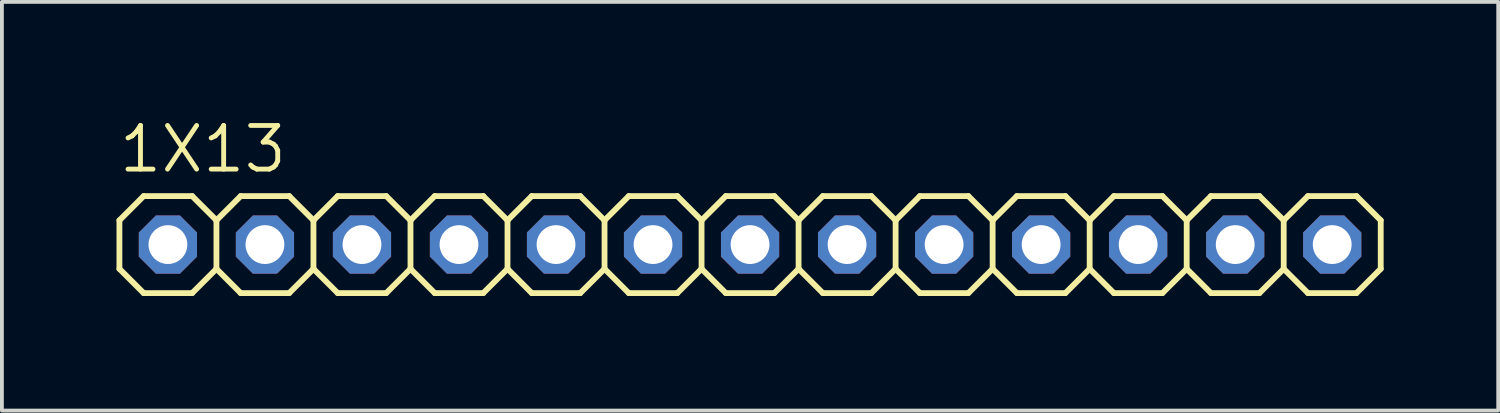
<source format=kicad_pcb>
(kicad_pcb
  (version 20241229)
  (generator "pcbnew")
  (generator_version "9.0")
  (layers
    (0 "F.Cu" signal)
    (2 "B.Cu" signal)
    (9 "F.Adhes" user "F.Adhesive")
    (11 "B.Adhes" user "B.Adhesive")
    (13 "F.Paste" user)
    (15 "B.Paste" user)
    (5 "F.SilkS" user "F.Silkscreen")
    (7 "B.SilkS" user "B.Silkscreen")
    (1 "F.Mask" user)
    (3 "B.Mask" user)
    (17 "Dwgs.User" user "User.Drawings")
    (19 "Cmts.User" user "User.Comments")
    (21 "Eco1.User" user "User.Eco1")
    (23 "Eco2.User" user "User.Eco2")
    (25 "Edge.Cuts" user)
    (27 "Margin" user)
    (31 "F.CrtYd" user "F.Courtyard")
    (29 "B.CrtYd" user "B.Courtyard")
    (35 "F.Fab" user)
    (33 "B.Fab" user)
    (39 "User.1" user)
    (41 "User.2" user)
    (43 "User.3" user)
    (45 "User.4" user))
  (footprint "1X13"
    (layer "F.Cu")
    (at 16.586 3.353)
    (property "Reference" "1X13" (at -16.586 -1.829 0) (layer "F.SilkS") (effects (font (size 1.143 1.143) (thickness 0.127)) (justify left bottom)))
    (fp_line (start -16.51 -0.635) (end -16.51 0.635) (stroke (width 0.152) (type solid)) (layer "F.SilkS"))
    (fp_line (start -16.51 0.635) (end -15.875 1.27) (stroke (width 0.152) (type solid)) (layer "F.SilkS"))
    (fp_line (start -15.875 -1.27) (end -16.51 -0.635) (stroke (width 0.152) (type solid)) (layer "F.SilkS"))
    (fp_line (start -15.875 -1.27) (end -14.605 -1.27) (stroke (width 0.152) (type solid)) (layer "F.SilkS"))
    (fp_line (start -14.605 -1.27) (end -13.97 -0.635) (stroke (width 0.152) (type solid)) (layer "F.SilkS"))
    (fp_line (start -14.605 1.27) (end -15.875 1.27) (stroke (width 0.152) (type solid)) (layer "F.SilkS"))
    (fp_line (start -13.97 -0.635) (end -13.97 0.635) (stroke (width 0.152) (type solid)) (layer "F.SilkS"))
    (fp_line (start -13.97 -0.635) (end -13.335 -1.27) (stroke (width 0.152) (type solid)) (layer "F.SilkS"))
    (fp_line (start -13.97 0.635) (end -14.605 1.27) (stroke (width 0.152) (type solid)) (layer "F.SilkS"))
    (fp_line (start -13.335 -1.27) (end -12.065 -1.27) (stroke (width 0.152) (type solid)) (layer "F.SilkS"))
    (fp_line (start -13.335 1.27) (end -13.97 0.635) (stroke (width 0.152) (type solid)) (layer "F.SilkS"))
    (fp_line (start -12.065 -1.27) (end -11.43 -0.635) (stroke (width 0.152) (type solid)) (layer "F.SilkS"))
    (fp_line (start -12.065 1.27) (end -13.335 1.27) (stroke (width 0.152) (type solid)) (layer "F.SilkS"))
    (fp_line (start -11.43 -0.635) (end -11.43 0.635) (stroke (width 0.152) (type solid)) (layer "F.SilkS"))
    (fp_line (start -11.43 -0.635) (end -10.795 -1.27) (stroke (width 0.152) (type solid)) (layer "F.SilkS"))
    (fp_line (start -11.43 0.635) (end -12.065 1.27) (stroke (width 0.152) (type solid)) (layer "F.SilkS"))
    (fp_line (start -10.795 -1.27) (end -9.525 -1.27) (stroke (width 0.152) (type solid)) (layer "F.SilkS"))
    (fp_line (start -10.795 1.27) (end -11.43 0.635) (stroke (width 0.152) (type solid)) (layer "F.SilkS"))
    (fp_line (start -9.525 -1.27) (end -8.89 -0.635) (stroke (width 0.152) (type solid)) (layer "F.SilkS"))
    (fp_line (start -9.525 1.27) (end -10.795 1.27) (stroke (width 0.152) (type solid)) (layer "F.SilkS"))
    (fp_line (start -8.89 -0.635) (end -8.89 0.635) (stroke (width 0.152) (type solid)) (layer "F.SilkS"))
    (fp_line (start -8.89 0.635) (end -9.525 1.27) (stroke (width 0.152) (type solid)) (layer "F.SilkS"))
    (fp_line (start -8.89 0.635) (end -8.255 1.27) (stroke (width 0.152) (type solid)) (layer "F.SilkS"))
    (fp_line (start -8.255 -1.27) (end -8.89 -0.635) (stroke (width 0.152) (type solid)) (layer "F.SilkS"))
    (fp_line (start -8.255 -1.27) (end -6.985 -1.27) (stroke (width 0.152) (type solid)) (layer "F.SilkS"))
    (fp_line (start -6.985 -1.27) (end -6.35 -0.635) (stroke (width 0.152) (type solid)) (layer "F.SilkS"))
    (fp_line (start -6.985 1.27) (end -8.255 1.27) (stroke (width 0.152) (type solid)) (layer "F.SilkS"))
    (fp_line (start -6.35 -0.635) (end -6.35 0.635) (stroke (width 0.152) (type solid)) (layer "F.SilkS"))
    (fp_line (start -6.35 -0.635) (end -5.715 -1.27) (stroke (width 0.152) (type solid)) (layer "F.SilkS"))
    (fp_line (start -6.35 0.635) (end -6.985 1.27) (stroke (width 0.152) (type solid)) (layer "F.SilkS"))
    (fp_line (start -5.715 -1.27) (end -4.445 -1.27) (stroke (width 0.152) (type solid)) (layer "F.SilkS"))
    (fp_line (start -5.715 1.27) (end -6.35 0.635) (stroke (width 0.152) (type solid)) (layer "F.SilkS"))
    (fp_line (start -4.445 -1.27) (end -3.81 -0.635) (stroke (width 0.152) (type solid)) (layer "F.SilkS"))
    (fp_line (start -4.445 1.27) (end -5.715 1.27) (stroke (width 0.152) (type solid)) (layer "F.SilkS"))
    (fp_line (start -3.81 -0.635) (end -3.81 0.635) (stroke (width 0.152) (type solid)) (layer "F.SilkS"))
    (fp_line (start -3.81 -0.635) (end -3.175 -1.27) (stroke (width 0.152) (type solid)) (layer "F.SilkS"))
    (fp_line (start -3.81 0.635) (end -4.445 1.27) (stroke (width 0.152) (type solid)) (layer "F.SilkS"))
    (fp_line (start -3.175 -1.27) (end -1.905 -1.27) (stroke (width 0.152) (type solid)) (layer "F.SilkS"))
    (fp_line (start -3.175 1.27) (end -3.81 0.635) (stroke (width 0.152) (type solid)) (layer "F.SilkS"))
    (fp_line (start -1.905 -1.27) (end -1.27 -0.635) (stroke (width 0.152) (type solid)) (layer "F.SilkS"))
    (fp_line (start -1.905 1.27) (end -3.175 1.27) (stroke (width 0.152) (type solid)) (layer "F.SilkS"))
    (fp_line (start -1.27 -0.635) (end -1.27 0.635) (stroke (width 0.152) (type solid)) (layer "F.SilkS"))
    (fp_line (start -1.27 0.635) (end -1.905 1.27) (stroke (width 0.152) (type solid)) (layer "F.SilkS"))
    (fp_line (start -1.27 0.635) (end -0.635 1.27) (stroke (width 0.152) (type solid)) (layer "F.SilkS"))
    (fp_line (start -0.635 -1.27) (end -1.27 -0.635) (stroke (width 0.152) (type solid)) (layer "F.SilkS"))
    (fp_line (start -0.635 -1.27) (end 0.635 -1.27) (stroke (width 0.152) (type solid)) (layer "F.SilkS"))
    (fp_line (start 0.635 -1.27) (end 1.27 -0.635) (stroke (width 0.152) (type solid)) (layer "F.SilkS"))
    (fp_line (start 0.635 1.27) (end -0.635 1.27) (stroke (width 0.152) (type solid)) (layer "F.SilkS"))
    (fp_line (start 1.27 -0.635) (end 1.27 0.635) (stroke (width 0.152) (type solid)) (layer "F.SilkS"))
    (fp_line (start 1.27 -0.635) (end 1.905 -1.27) (stroke (width 0.152) (type solid)) (layer "F.SilkS"))
    (fp_line (start 1.27 0.635) (end 0.635 1.27) (stroke (width 0.152) (type solid)) (layer "F.SilkS"))
    (fp_line (start 1.905 -1.27) (end 3.175 -1.27) (stroke (width 0.152) (type solid)) (layer "F.SilkS"))
    (fp_line (start 1.905 1.27) (end 1.27 0.635) (stroke (width 0.152) (type solid)) (layer "F.SilkS"))
    (fp_line (start 3.175 -1.27) (end 3.81 -0.635) (stroke (width 0.152) (type solid)) (layer "F.SilkS"))
    (fp_line (start 3.175 1.27) (end 1.905 1.27) (stroke (width 0.152) (type solid)) (layer "F.SilkS"))
    (fp_line (start 3.81 -0.635) (end 3.81 0.635) (stroke (width 0.152) (type solid)) (layer "F.SilkS"))
    (fp_line (start 3.81 -0.635) (end 4.445 -1.27) (stroke (width 0.152) (type solid)) (layer "F.SilkS"))
    (fp_line (start 3.81 0.635) (end 3.175 1.27) (stroke (width 0.152) (type solid)) (layer "F.SilkS"))
    (fp_line (start 4.445 -1.27) (end 5.715 -1.27) (stroke (width 0.152) (type solid)) (layer "F.SilkS"))
    (fp_line (start 4.445 1.27) (end 3.81 0.635) (stroke (width 0.152) (type solid)) (layer "F.SilkS"))
    (fp_line (start 5.715 -1.27) (end 6.35 -0.635) (stroke (width 0.152) (type solid)) (layer "F.SilkS"))
    (fp_line (start 5.715 1.27) (end 4.445 1.27) (stroke (width 0.152) (type solid)) (layer "F.SilkS"))
    (fp_line (start 6.35 -0.635) (end 6.35 0.635) (stroke (width 0.152) (type solid)) (layer "F.SilkS"))
    (fp_line (start 6.35 0.635) (end 5.715 1.27) (stroke (width 0.152) (type solid)) (layer "F.SilkS"))
    (fp_line (start 6.35 0.635) (end 6.985 1.27) (stroke (width 0.152) (type solid)) (layer "F.SilkS"))
    (fp_line (start 6.985 -1.27) (end 6.35 -0.635) (stroke (width 0.152) (type solid)) (layer "F.SilkS"))
    (fp_line (start 6.985 -1.27) (end 8.255 -1.27) (stroke (width 0.152) (type solid)) (layer "F.SilkS"))
    (fp_line (start 8.255 -1.27) (end 8.89 -0.635) (stroke (width 0.152) (type solid)) (layer "F.SilkS"))
    (fp_line (start 8.255 1.27) (end 6.985 1.27) (stroke (width 0.152) (type solid)) (layer "F.SilkS"))
    (fp_line (start 8.89 -0.635) (end 8.89 0.635) (stroke (width 0.152) (type solid)) (layer "F.SilkS"))
    (fp_line (start 8.89 -0.635) (end 9.525 -1.27) (stroke (width 0.152) (type solid)) (layer "F.SilkS"))
    (fp_line (start 8.89 0.635) (end 8.255 1.27) (stroke (width 0.152) (type solid)) (layer "F.SilkS"))
    (fp_line (start 9.525 -1.27) (end 10.795 -1.27) (stroke (width 0.152) (type solid)) (layer "F.SilkS"))
    (fp_line (start 9.525 1.27) (end 8.89 0.635) (stroke (width 0.152) (type solid)) (layer "F.SilkS"))
    (fp_line (start 10.795 -1.27) (end 11.43 -0.635) (stroke (width 0.152) (type solid)) (layer "F.SilkS"))
    (fp_line (start 10.795 1.27) (end 9.525 1.27) (stroke (width 0.152) (type solid)) (layer "F.SilkS"))
    (fp_line (start 11.43 -0.635) (end 11.43 0.635) (stroke (width 0.152) (type solid)) (layer "F.SilkS"))
    (fp_line (start 11.43 -0.635) (end 12.065 -1.27) (stroke (width 0.152) (type solid)) (layer "F.SilkS"))
    (fp_line (start 11.43 0.635) (end 10.795 1.27) (stroke (width 0.152) (type solid)) (layer "F.SilkS"))
    (fp_line (start 12.065 -1.27) (end 13.335 -1.27) (stroke (width 0.152) (type solid)) (layer "F.SilkS"))
    (fp_line (start 12.065 1.27) (end 11.43 0.635) (stroke (width 0.152) (type solid)) (layer "F.SilkS"))
    (fp_line (start 13.335 -1.27) (end 13.97 -0.635) (stroke (width 0.152) (type solid)) (layer "F.SilkS"))
    (fp_line (start 13.335 1.27) (end 12.065 1.27) (stroke (width 0.152) (type solid)) (layer "F.SilkS"))
    (fp_line (start 13.97 -0.635) (end 13.97 0.635) (stroke (width 0.152) (type solid)) (layer "F.SilkS"))
    (fp_line (start 13.97 -0.635) (end 14.605 -1.27) (stroke (width 0.152) (type solid)) (layer "F.SilkS"))
    (fp_line (start 13.97 0.635) (end 13.335 1.27) (stroke (width 0.152) (type solid)) (layer "F.SilkS"))
    (fp_line (start 14.605 -1.27) (end 15.875 -1.27) (stroke (width 0.152) (type solid)) (layer "F.SilkS"))
    (fp_line (start 14.605 1.27) (end 13.97 0.635) (stroke (width 0.152) (type solid)) (layer "F.SilkS"))
    (fp_line (start 15.875 -1.27) (end 16.51 -0.635) (stroke (width 0.152) (type solid)) (layer "F.SilkS"))
    (fp_line (start 15.875 1.27) (end 14.605 1.27) (stroke (width 0.152) (type solid)) (layer "F.SilkS"))
    (fp_line (start 16.51 -0.635) (end 16.51 0.635) (stroke (width 0.152) (type solid)) (layer "F.SilkS"))
    (fp_line (start 16.51 0.635) (end 15.875 1.27) (stroke (width 0.152) (type solid)) (layer "F.SilkS"))
    (fp_poly (pts (xy -15.494 0.254) (xy -14.986 0.254) (xy -14.986 -0.254) (xy -15.494 -0.254)) (stroke (width 0.1) (type default)) (fill no) (layer "F.Fab"))
    (fp_poly (pts (xy -12.954 0.254) (xy -12.446 0.254) (xy -12.446 -0.254) (xy -12.954 -0.254)) (stroke (width 0.1) (type default)) (fill no) (layer "F.Fab"))
    (fp_poly (pts (xy -10.414 0.254) (xy -9.906 0.254) (xy -9.906 -0.254) (xy -10.414 -0.254)) (stroke (width 0.1) (type default)) (fill no) (layer "F.Fab"))
    (fp_poly (pts (xy -7.874 0.254) (xy -7.366 0.254) (xy -7.366 -0.254) (xy -7.874 -0.254)) (stroke (width 0.1) (type default)) (fill no) (layer "F.Fab"))
    (fp_poly (pts (xy -5.334 0.254) (xy -4.826 0.254) (xy -4.826 -0.254) (xy -5.334 -0.254)) (stroke (width 0.1) (type default)) (fill no) (layer "F.Fab"))
    (fp_poly (pts (xy -2.794 0.254) (xy -2.286 0.254) (xy -2.286 -0.254) (xy -2.794 -0.254)) (stroke (width 0.1) (type default)) (fill no) (layer "F.Fab"))
    (fp_poly (pts (xy -0.254 0.254) (xy 0.254 0.254) (xy 0.254 -0.254) (xy -0.254 -0.254)) (stroke (width 0.1) (type default)) (fill no) (layer "F.Fab"))
    (fp_poly (pts (xy 2.286 0.254) (xy 2.794 0.254) (xy 2.794 -0.254) (xy 2.286 -0.254)) (stroke (width 0.1) (type default)) (fill no) (layer "F.Fab"))
    (fp_poly (pts (xy 4.826 0.254) (xy 5.334 0.254) (xy 5.334 -0.254) (xy 4.826 -0.254)) (stroke (width 0.1) (type default)) (fill no) (layer "F.Fab"))
    (fp_poly (pts (xy 7.366 0.254) (xy 7.874 0.254) (xy 7.874 -0.254) (xy 7.366 -0.254)) (stroke (width 0.1) (type default)) (fill no) (layer "F.Fab"))
    (fp_poly (pts (xy 9.906 0.254) (xy 10.414 0.254) (xy 10.414 -0.254) (xy 9.906 -0.254)) (stroke (width 0.1) (type default)) (fill no) (layer "F.Fab"))
    (fp_poly (pts (xy 12.446 0.254) (xy 12.954 0.254) (xy 12.954 -0.254) (xy 12.446 -0.254)) (stroke (width 0.1) (type default)) (fill no) (layer "F.Fab"))
    (fp_poly (pts (xy 14.986 0.254) (xy 15.494 0.254) (xy 15.494 -0.254) (xy 14.986 -0.254)) (stroke (width 0.1) (type default)) (fill no) (layer "F.Fab"))
    (pad "1" thru_hole roundrect (at -15.24 0 90) (size 1.524 1.524) (drill 1.016) (layers "*.Cu" "*.Mask") (roundrect_rratio 0.25) (chamfer_ratio 0.293) (chamfer top_left top_right bottom_left bottom_right))
    (pad "2" thru_hole roundrect (at -12.7 0 90) (size 1.524 1.524) (drill 1.016) (layers "*.Cu" "*.Mask") (roundrect_rratio 0.25) (chamfer_ratio 0.293) (chamfer top_left top_right bottom_left bottom_right))
    (pad "3" thru_hole roundrect (at -10.16 0 90) (size 1.524 1.524) (drill 1.016) (layers "*.Cu" "*.Mask") (roundrect_rratio 0.25) (chamfer_ratio 0.293) (chamfer top_left top_right bottom_left bottom_right))
    (pad "4" thru_hole roundrect (at -7.62 0 90) (size 1.524 1.524) (drill 1.016) (layers "*.Cu" "*.Mask") (roundrect_rratio 0.25) (chamfer_ratio 0.293) (chamfer top_left top_right bottom_left bottom_right))
    (pad "5" thru_hole roundrect (at -5.08 0 90) (size 1.524 1.524) (drill 1.016) (layers "*.Cu" "*.Mask") (roundrect_rratio 0.25) (chamfer_ratio 0.293) (chamfer top_left top_right bottom_left bottom_right))
    (pad "6" thru_hole roundrect (at -2.54 0 90) (size 1.524 1.524) (drill 1.016) (layers "*.Cu" "*.Mask") (roundrect_rratio 0.25) (chamfer_ratio 0.293) (chamfer top_left top_right bottom_left bottom_right))
    (pad "7" thru_hole roundrect (at 0 0 90) (size 1.524 1.524) (drill 1.016) (layers "*.Cu" "*.Mask") (roundrect_rratio 0.25) (chamfer_ratio 0.293) (chamfer top_left top_right bottom_left bottom_right))
    (pad "8" thru_hole roundrect (at 2.54 0 90) (size 1.524 1.524) (drill 1.016) (layers "*.Cu" "*.Mask") (roundrect_rratio 0.25) (chamfer_ratio 0.293) (chamfer top_left top_right bottom_left bottom_right))
    (pad "9" thru_hole roundrect (at 5.08 0 90) (size 1.524 1.524) (drill 1.016) (layers "*.Cu" "*.Mask") (roundrect_rratio 0.25) (chamfer_ratio 0.293) (chamfer top_left top_right bottom_left bottom_right))
    (pad "10" thru_hole roundrect (at 7.62 0 90) (size 1.524 1.524) (drill 1.016) (layers "*.Cu" "*.Mask") (roundrect_rratio 0.25) (chamfer_ratio 0.293) (chamfer top_left top_right bottom_left bottom_right))
    (pad "11" thru_hole roundrect (at 10.16 0 90) (size 1.524 1.524) (drill 1.016) (layers "*.Cu" "*.Mask") (roundrect_rratio 0.25) (chamfer_ratio 0.293) (chamfer top_left top_right bottom_left bottom_right))
    (pad "12" thru_hole roundrect (at 12.7 0 90) (size 1.524 1.524) (drill 1.016) (layers "*.Cu" "*.Mask") (roundrect_rratio 0.25) (chamfer_ratio 0.293) (chamfer top_left top_right bottom_left bottom_right))
    (pad "13" thru_hole roundrect (at 15.24 0 90) (size 1.524 1.524) (drill 1.016) (layers "*.Cu" "*.Mask") (roundrect_rratio 0.25) (chamfer_ratio 0.293) (chamfer top_left top_right bottom_left bottom_right)))
  (gr_rect
    (start -3 -3)
    (end 36.172 7.699)
    (stroke (width 0.1) (type default))
    (fill no)
    (layer "Edge.Cuts")))
</source>
